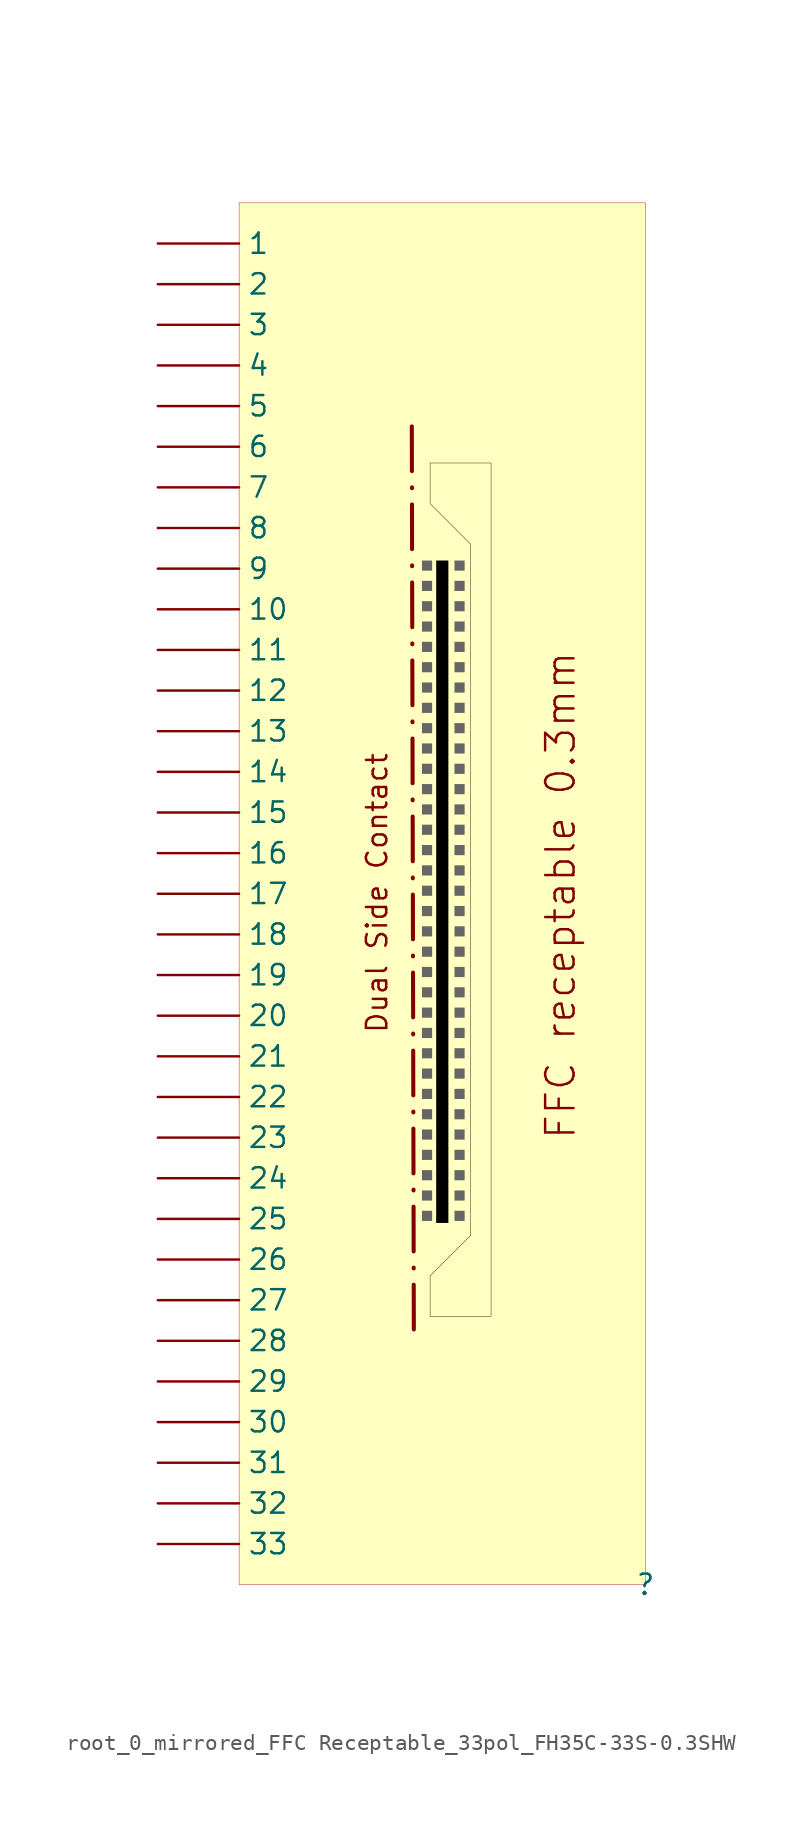
<source format=kicad_sym>
(kicad_symbol_lib
  (version 20231120)
  (generator "kicad_symbol_editor")
  (generator_version "8.0")
  (symbol "root_0_mirrored_FFC Receptable_33pol_FH35C-33S-0.3SHW"
    (property "Reference" ""
      (at 0 0 0)
      (effects (font (size 1.27 1.27))))
    (property "Value" ""
      (at 0 0 0)
      (effects (font (size 1.27 1.27))))
    (symbol "root_0_mirrored_FFC Receptable_33pol_FH35C-33S-0.3SHW_1_0"
      (rectangle (start -13.335 23.368) (end -13.97 22.733) (stroke (width -0.0001) (type solid) (color 102 102 102 1)) (fill (type outline)))
      (rectangle (start -13.335 24.638) (end -13.97 24.003) (stroke (width -0.0001) (type solid) (color 102 102 102 1)) (fill (type outline)))
      (rectangle (start -13.335 25.908) (end -13.97 25.273) (stroke (width -0.0001) (type solid) (color 102 102 102 1)) (fill (type outline)))
      (rectangle (start -13.335 27.178) (end -13.97 26.543) (stroke (width -0.0001) (type solid) (color 102 102 102 1)) (fill (type outline)))
      (rectangle (start -13.335 28.448) (end -13.97 27.813) (stroke (width -0.0001) (type solid) (color 102 102 102 1)) (fill (type outline)))
      (rectangle (start -13.335 29.718) (end -13.97 29.083) (stroke (width -0.0001) (type solid) (color 102 102 102 1)) (fill (type outline)))
      (rectangle (start -13.335 30.988) (end -13.97 30.353) (stroke (width -0.0001) (type solid) (color 102 102 102 1)) (fill (type outline)))
      (rectangle (start -13.335 32.258) (end -13.97 31.623) (stroke (width -0.0001) (type solid) (color 102 102 102 1)) (fill (type outline)))
      (rectangle (start -13.335 33.528) (end -13.97 32.893) (stroke (width -0.0001) (type solid) (color 102 102 102 1)) (fill (type outline)))
      (rectangle (start -13.335 34.798) (end -13.97 34.163) (stroke (width -0.0001) (type solid) (color 102 102 102 1)) (fill (type outline)))
      (rectangle (start -13.335 36.068) (end -13.97 35.433) (stroke (width -0.0001) (type solid) (color 102 102 102 1)) (fill (type outline)))
      (rectangle (start -13.335 37.338) (end -13.97 36.703) (stroke (width -0.0001) (type solid) (color 102 102 102 1)) (fill (type outline)))
      (rectangle (start -13.335 38.608) (end -13.97 37.973) (stroke (width -0.0001) (type solid) (color 102 102 102 1)) (fill (type outline)))
      (rectangle (start -13.335 39.878) (end -13.97 39.243) (stroke (width -0.0001) (type solid) (color 102 102 102 1)) (fill (type outline)))
      (rectangle (start -13.335 41.148) (end -13.97 40.513) (stroke (width -0.0001) (type solid) (color 102 102 102 1)) (fill (type outline)))
      (rectangle (start -13.335 42.418) (end -13.97 41.783) (stroke (width -0.0001) (type solid) (color 102 102 102 1)) (fill (type outline)))
      (rectangle (start -13.335 43.688) (end -13.97 43.053) (stroke (width -0.0001) (type solid) (color 102 102 102 1)) (fill (type outline)))
      (rectangle (start -13.335 44.958) (end -13.97 44.323) (stroke (width -0.0001) (type solid) (color 102 102 102 1)) (fill (type outline)))
      (rectangle (start -13.335 46.228) (end -13.97 45.593) (stroke (width -0.0001) (type solid) (color 102 102 102 1)) (fill (type outline)))
      (rectangle (start -13.335 47.498) (end -13.97 46.863) (stroke (width -0.0001) (type solid) (color 102 102 102 1)) (fill (type outline)))
      (rectangle (start -13.335 48.768) (end -13.97 48.133) (stroke (width -0.0001) (type solid) (color 102 102 102 1)) (fill (type outline)))
      (rectangle (start -13.335 50.038) (end -13.97 49.403) (stroke (width -0.0001) (type solid) (color 102 102 102 1)) (fill (type outline)))
      (rectangle (start -13.335 51.308) (end -13.97 50.673) (stroke (width -0.0001) (type solid) (color 102 102 102 1)) (fill (type outline)))
      (rectangle (start -13.335 52.578) (end -13.97 51.943) (stroke (width -0.0001) (type solid) (color 102 102 102 1)) (fill (type outline)))
      (rectangle (start -13.335 53.848) (end -13.97 53.213) (stroke (width -0.0001) (type solid) (color 102 102 102 1)) (fill (type outline)))
      (rectangle (start -13.335 55.118) (end -13.97 54.483) (stroke (width -0.0001) (type solid) (color 102 102 102 1)) (fill (type outline)))
      (rectangle (start -13.335 56.388) (end -13.97 55.753) (stroke (width -0.0001) (type solid) (color 102 102 102 1)) (fill (type outline)))
      (rectangle (start -13.335 57.658) (end -13.97 57.023) (stroke (width -0.0001) (type solid) (color 102 102 102 1)) (fill (type outline)))
      (rectangle (start -13.335 58.928) (end -13.97 58.293) (stroke (width -0.0001) (type solid) (color 102 102 102 1)) (fill (type outline)))
      (rectangle (start -13.335 60.198) (end -13.97 59.563) (stroke (width -0.0001) (type solid) (color 102 102 102 1)) (fill (type outline)))
      (rectangle (start -13.335 61.468) (end -13.97 60.833) (stroke (width -0.0001) (type solid) (color 102 102 102 1)) (fill (type outline)))
      (rectangle (start -13.335 62.738) (end -13.97 62.103) (stroke (width -0.0001) (type solid) (color 102 102 102 1)) (fill (type outline)))
      (rectangle (start -13.335 64.008) (end -13.97 63.373) (stroke (width -0.0001) (type solid) (color 102 102 102 1)) (fill (type outline)))
      (rectangle (start -12.319 64.008) (end -13.081 22.606) (stroke (width -0.0001) (type solid) (color 0 0 0 1)) (fill (type outline)))
      (rectangle (start -11.303 23.368) (end -11.938 22.733) (stroke (width -0.0001) (type solid) (color 102 102 102 1)) (fill (type outline)))
      (rectangle (start -11.303 24.638) (end -11.938 24.003) (stroke (width -0.0001) (type solid) (color 102 102 102 1)) (fill (type outline)))
      (rectangle (start -11.303 25.908) (end -11.938 25.273) (stroke (width -0.0001) (type solid) (color 102 102 102 1)) (fill (type outline)))
      (rectangle (start -11.303 27.178) (end -11.938 26.543) (stroke (width -0.0001) (type solid) (color 102 102 102 1)) (fill (type outline)))
      (rectangle (start -11.303 28.448) (end -11.938 27.813) (stroke (width -0.0001) (type solid) (color 102 102 102 1)) (fill (type outline)))
      (rectangle (start -11.303 29.718) (end -11.938 29.083) (stroke (width -0.0001) (type solid) (color 102 102 102 1)) (fill (type outline)))
      (rectangle (start -11.303 30.988) (end -11.938 30.353) (stroke (width -0.0001) (type solid) (color 102 102 102 1)) (fill (type outline)))
      (rectangle (start -11.303 32.258) (end -11.938 31.623) (stroke (width -0.0001) (type solid) (color 102 102 102 1)) (fill (type outline)))
      (rectangle (start -11.303 33.528) (end -11.938 32.893) (stroke (width -0.0001) (type solid) (color 102 102 102 1)) (fill (type outline)))
      (rectangle (start -11.303 34.798) (end -11.938 34.163) (stroke (width -0.0001) (type solid) (color 102 102 102 1)) (fill (type outline)))
      (rectangle (start -11.303 36.068) (end -11.938 35.433) (stroke (width -0.0001) (type solid) (color 102 102 102 1)) (fill (type outline)))
      (rectangle (start -11.303 37.338) (end -11.938 36.703) (stroke (width -0.0001) (type solid) (color 102 102 102 1)) (fill (type outline)))
      (rectangle (start -11.303 38.608) (end -11.938 37.973) (stroke (width -0.0001) (type solid) (color 102 102 102 1)) (fill (type outline)))
      (rectangle (start -11.303 39.878) (end -11.938 39.243) (stroke (width -0.0001) (type solid) (color 102 102 102 1)) (fill (type outline)))
      (rectangle (start -11.303 41.148) (end -11.938 40.513) (stroke (width -0.0001) (type solid) (color 102 102 102 1)) (fill (type outline)))
      (rectangle (start -11.303 42.418) (end -11.938 41.783) (stroke (width -0.0001) (type solid) (color 102 102 102 1)) (fill (type outline)))
      (rectangle (start -11.303 43.688) (end -11.938 43.053) (stroke (width -0.0001) (type solid) (color 102 102 102 1)) (fill (type outline)))
      (rectangle (start -11.303 44.958) (end -11.938 44.323) (stroke (width -0.0001) (type solid) (color 102 102 102 1)) (fill (type outline)))
      (rectangle (start -11.303 46.228) (end -11.938 45.593) (stroke (width -0.0001) (type solid) (color 102 102 102 1)) (fill (type outline)))
      (rectangle (start -11.303 47.498) (end -11.938 46.863) (stroke (width -0.0001) (type solid) (color 102 102 102 1)) (fill (type outline)))
      (rectangle (start -11.303 48.768) (end -11.938 48.133) (stroke (width -0.0001) (type solid) (color 102 102 102 1)) (fill (type outline)))
      (rectangle (start -11.303 50.038) (end -11.938 49.403) (stroke (width -0.0001) (type solid) (color 102 102 102 1)) (fill (type outline)))
      (rectangle (start -11.303 51.308) (end -11.938 50.673) (stroke (width -0.0001) (type solid) (color 102 102 102 1)) (fill (type outline)))
      (rectangle (start -11.303 52.578) (end -11.938 51.943) (stroke (width -0.0001) (type solid) (color 102 102 102 1)) (fill (type outline)))
      (rectangle (start -11.303 53.848) (end -11.938 53.213) (stroke (width -0.0001) (type solid) (color 102 102 102 1)) (fill (type outline)))
      (rectangle (start -11.303 55.118) (end -11.938 54.483) (stroke (width -0.0001) (type solid) (color 102 102 102 1)) (fill (type outline)))
      (rectangle (start -11.303 56.388) (end -11.938 55.753) (stroke (width -0.0001) (type solid) (color 102 102 102 1)) (fill (type outline)))
      (rectangle (start -11.303 57.658) (end -11.938 57.023) (stroke (width -0.0001) (type solid) (color 102 102 102 1)) (fill (type outline)))
      (rectangle (start -11.303 58.928) (end -11.938 58.293) (stroke (width -0.0001) (type solid) (color 102 102 102 1)) (fill (type outline)))
      (rectangle (start -11.303 60.198) (end -11.938 59.563) (stroke (width -0.0001) (type solid) (color 102 102 102 1)) (fill (type outline)))
      (rectangle (start -11.303 61.468) (end -11.938 60.833) (stroke (width -0.0001) (type solid) (color 102 102 102 1)) (fill (type outline)))
      (rectangle (start -11.303 62.738) (end -11.938 62.103) (stroke (width -0.0001) (type solid) (color 102 102 102 1)) (fill (type outline)))
      (rectangle (start -11.303 64.008) (end -11.938 63.373) (stroke (width -0.0001) (type solid) (color 102 102 102 1)) (fill (type outline)))
      (polyline (pts (xy -14.605 72.39) (xy -14.478 15.748)) (stroke (width 0.254) (type dash_dot)) (fill (type none)))
      (polyline (pts (xy -13.462 67.564) (xy -10.922 65.024) (xy -10.922 21.844) (xy -13.462 19.304) (xy -13.462 16.764) (xy -9.652 16.764) (xy -9.652 70.104) (xy -13.462 70.104) (xy -13.462 67.564) (xy -13.462 67.564)) (stroke (width 0.025) (type solid) (color 0 0 0 1)) (fill (type background)))
      (rectangle (start 0 86.36) (end -25.4 0) (stroke (width 0.025) (type solid) (color 152 0 0 1)) (fill (type background)))
      (text "Dual Side Contact" (at -17.526 52.07 900) (effects (font (size 1.27 1.27)) (justify right top)))
      (text "FFC receptable 0.3mm" (at -6.35 58.42 900) (effects (font (size 1.778 1.778)) (justify right top)))
      (pin passive line (at -30.48 83.82 0) (length 5.08) (name "1" (effects (font (size 1.27 1.27)))) (number "1" (effects (font (size 0 0)))))
      (pin passive line (at -30.48 60.96 0) (length 5.08) (name "10" (effects (font (size 1.27 1.27)))) (number "10" (effects (font (size 0 0)))))
      (pin passive line (at -30.48 58.42 0) (length 5.08) (name "11" (effects (font (size 1.27 1.27)))) (number "11" (effects (font (size 0 0)))))
      (pin passive line (at -30.48 55.88 0) (length 5.08) (name "12" (effects (font (size 1.27 1.27)))) (number "12" (effects (font (size 0 0)))))
      (pin passive line (at -30.48 53.34 0) (length 5.08) (name "13" (effects (font (size 1.27 1.27)))) (number "13" (effects (font (size 0 0)))))
      (pin passive line (at -30.48 50.8 0) (length 5.08) (name "14" (effects (font (size 1.27 1.27)))) (number "14" (effects (font (size 0 0)))))
      (pin passive line (at -30.48 48.26 0) (length 5.08) (name "15" (effects (font (size 1.27 1.27)))) (number "15" (effects (font (size 0 0)))))
      (pin passive line (at -30.48 45.72 0) (length 5.08) (name "16" (effects (font (size 1.27 1.27)))) (number "16" (effects (font (size 0 0)))))
      (pin passive line (at -30.48 43.18 0) (length 5.08) (name "17" (effects (font (size 1.27 1.27)))) (number "17" (effects (font (size 0 0)))))
      (pin passive line (at -30.48 40.64 0) (length 5.08) (name "18" (effects (font (size 1.27 1.27)))) (number "18" (effects (font (size 0 0)))))
      (pin passive line (at -30.48 38.1 0) (length 5.08) (name "19" (effects (font (size 1.27 1.27)))) (number "19" (effects (font (size 0 0)))))
      (pin passive line (at -30.48 81.28 0) (length 5.08) (name "2" (effects (font (size 1.27 1.27)))) (number "2" (effects (font (size 0 0)))))
      (pin passive line (at -30.48 35.56 0) (length 5.08) (name "20" (effects (font (size 1.27 1.27)))) (number "20" (effects (font (size 0 0)))))
      (pin passive line (at -30.48 33.02 0) (length 5.08) (name "21" (effects (font (size 1.27 1.27)))) (number "21" (effects (font (size 0 0)))))
      (pin passive line (at -30.48 30.48 0) (length 5.08) (name "22" (effects (font (size 1.27 1.27)))) (number "22" (effects (font (size 0 0)))))
      (pin passive line (at -30.48 27.94 0) (length 5.08) (name "23" (effects (font (size 1.27 1.27)))) (number "23" (effects (font (size 0 0)))))
      (pin passive line (at -30.48 25.4 0) (length 5.08) (name "24" (effects (font (size 1.27 1.27)))) (number "24" (effects (font (size 0 0)))))
      (pin passive line (at -30.48 22.86 0) (length 5.08) (name "25" (effects (font (size 1.27 1.27)))) (number "25" (effects (font (size 0 0)))))
      (pin passive line (at -30.48 20.32 0) (length 5.08) (name "26" (effects (font (size 1.27 1.27)))) (number "26" (effects (font (size 0 0)))))
      (pin passive line (at -30.48 17.78 0) (length 5.08) (name "27" (effects (font (size 1.27 1.27)))) (number "27" (effects (font (size 0 0)))))
      (pin passive line (at -30.48 15.24 0) (length 5.08) (name "28" (effects (font (size 1.27 1.27)))) (number "28" (effects (font (size 0 0)))))
      (pin passive line (at -30.48 12.7 0) (length 5.08) (name "29" (effects (font (size 1.27 1.27)))) (number "29" (effects (font (size 0 0)))))
      (pin passive line (at -30.48 78.74 0) (length 5.08) (name "3" (effects (font (size 1.27 1.27)))) (number "3" (effects (font (size 0 0)))))
      (pin passive line (at -30.48 10.16 0) (length 5.08) (name "30" (effects (font (size 1.27 1.27)))) (number "30" (effects (font (size 0 0)))))
      (pin passive line (at -30.48 7.62 0) (length 5.08) (name "31" (effects (font (size 1.27 1.27)))) (number "31" (effects (font (size 0 0)))))
      (pin passive line (at -30.48 5.08 0) (length 5.08) (name "32" (effects (font (size 1.27 1.27)))) (number "32" (effects (font (size 0 0)))))
      (pin passive line (at -30.48 2.54 0) (length 5.08) (name "33" (effects (font (size 1.27 1.27)))) (number "33" (effects (font (size 0 0)))))
      (pin passive line (at -30.48 76.2 0) (length 5.08) (name "4" (effects (font (size 1.27 1.27)))) (number "4" (effects (font (size 0 0)))))
      (pin passive line (at -30.48 73.66 0) (length 5.08) (name "5" (effects (font (size 1.27 1.27)))) (number "5" (effects (font (size 0 0)))))
      (pin passive line (at -30.48 71.12 0) (length 5.08) (name "6" (effects (font (size 1.27 1.27)))) (number "6" (effects (font (size 0 0)))))
      (pin passive line (at -30.48 68.58 0) (length 5.08) (name "7" (effects (font (size 1.27 1.27)))) (number "7" (effects (font (size 0 0)))))
      (pin passive line (at -30.48 66.04 0) (length 5.08) (name "8" (effects (font (size 1.27 1.27)))) (number "8" (effects (font (size 0 0)))))
      (pin passive line (at -30.48 63.5 0) (length 5.08) (name "9" (effects (font (size 1.27 1.27)))) (number "9" (effects (font (size 0 0))))))))
</source>
